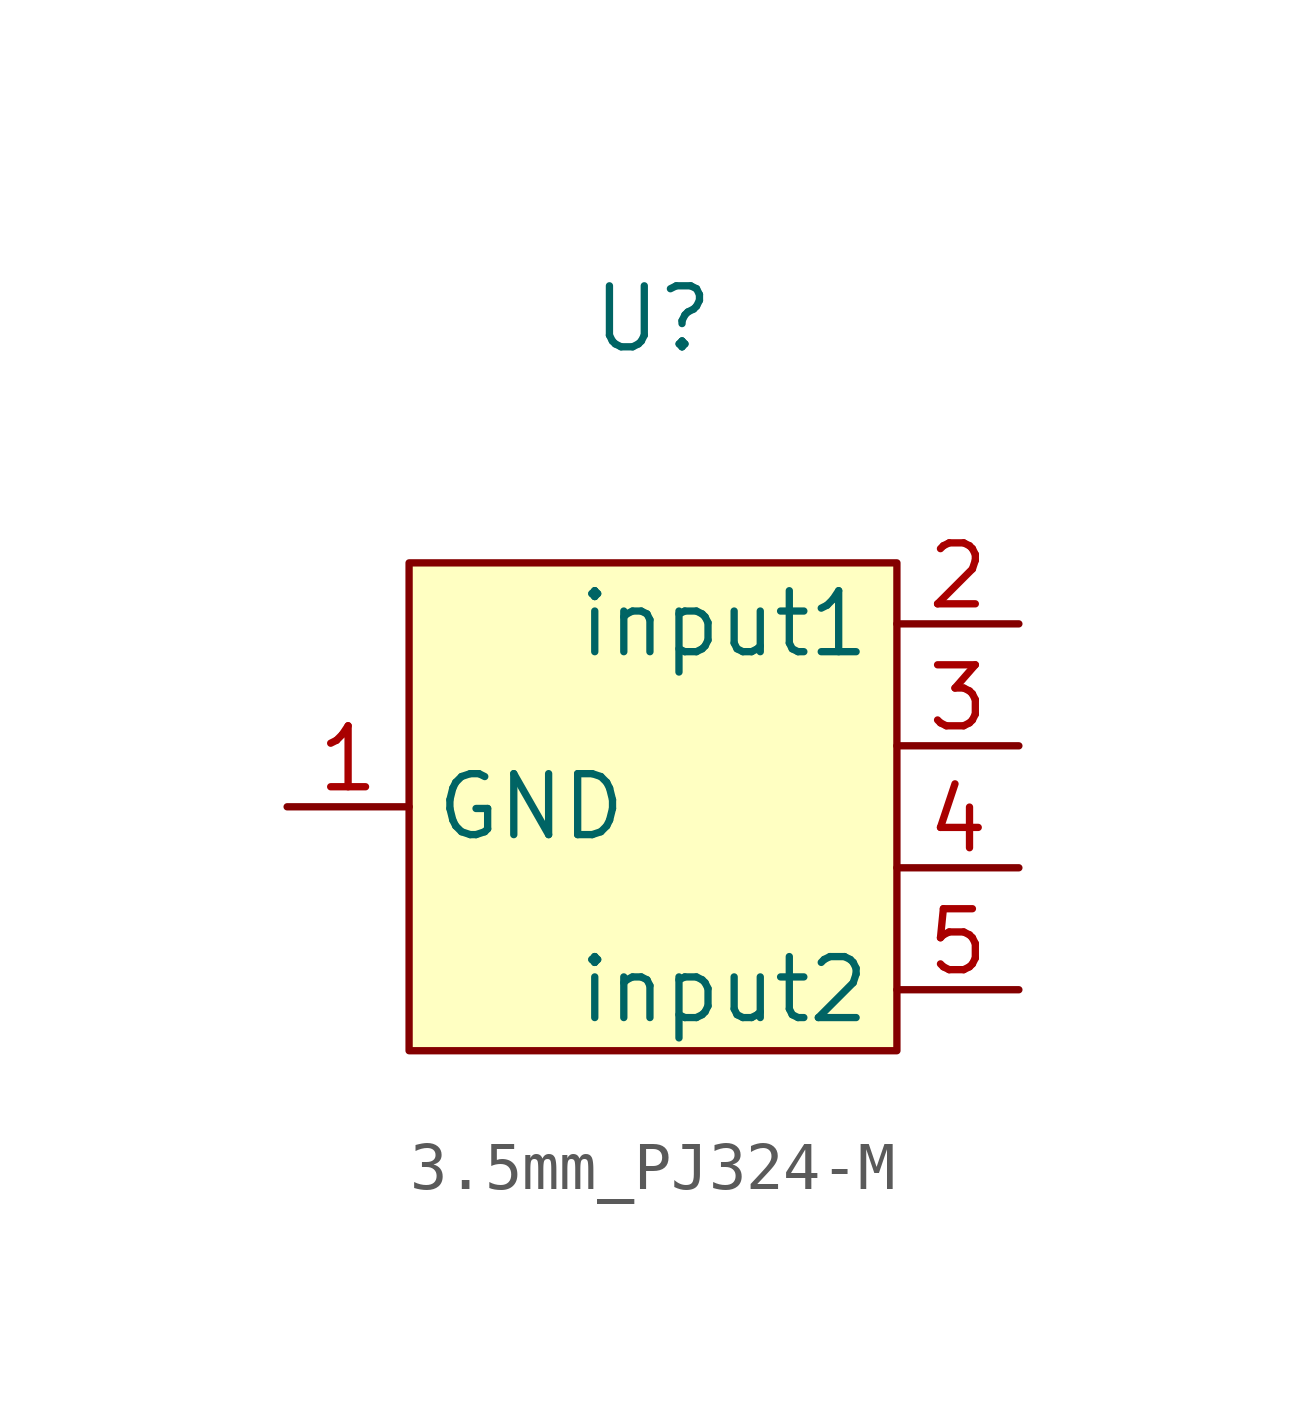
<source format=kicad_sym>
(kicad_symbol_lib
  (version 20220914)
  (generator kicad_symbol_editor)
  (symbol "3.5mm_PJ324-M"
    (property "Reference" "U"
      (at 10.16 10.16 0)
      (effects (font (size 1.27 1.27))))
    (property "Value" ""
      (at 10.16 2.54 0)
      (effects (font (size 1.27 1.27))))
    (symbol "3.5mm_PJ324-M_1_1"
      (rectangle (start 5.08 5.08) (end 15.24 -5.08) (stroke (width 0) (type default)) (fill (type background)))
      (pin input line (at 2.54 0 0) (length 2.54) (name "GND" (effects (font (size 1.27 1.27)))) (number "1" (effects (font (size 1.27 1.27)))))
      (pin input line (at 17.78 3.81 180) (length 2.54) (name "input1" (effects (font (size 1.27 1.27)))) (number "2" (effects (font (size 1.27 1.27)))))
      (pin input line (at 17.78 1.27 180) (length 2.54) (name "" (effects (font (size 1.27 1.27)))) (number "3" (effects (font (size 1.27 1.27)))))
      (pin input line (at 17.78 -1.27 180) (length 2.54) (name "" (effects (font (size 1.27 1.27)))) (number "4" (effects (font (size 1.27 1.27)))))
      (pin input line (at 17.78 -3.81 180) (length 2.54) (name "input2" (effects (font (size 1.27 1.27)))) (number "5" (effects (font (size 1.27 1.27))))))))
</source>
